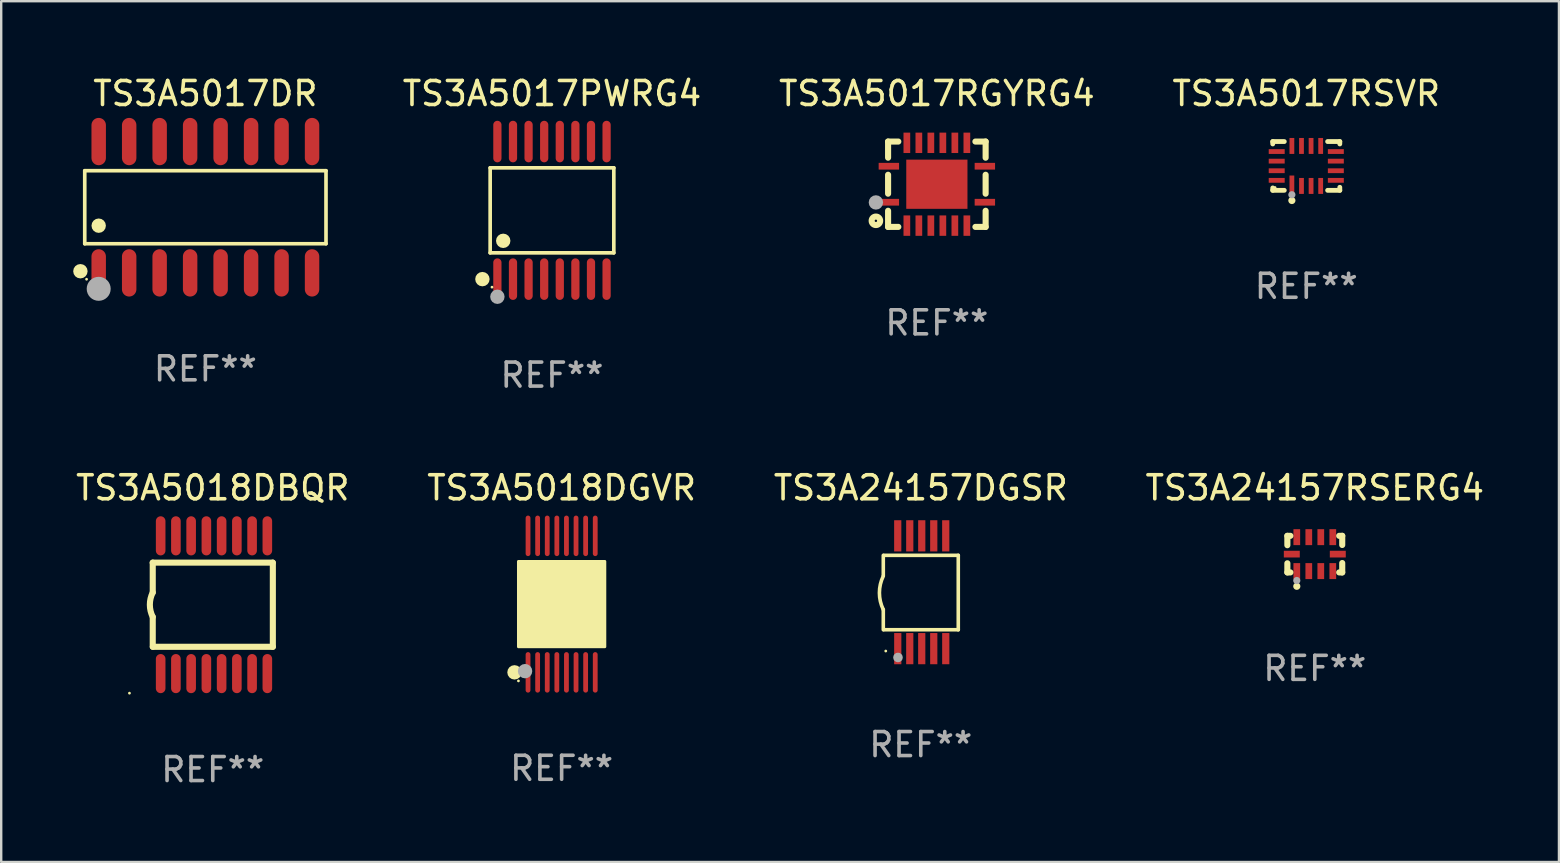
<source format=kicad_pcb>
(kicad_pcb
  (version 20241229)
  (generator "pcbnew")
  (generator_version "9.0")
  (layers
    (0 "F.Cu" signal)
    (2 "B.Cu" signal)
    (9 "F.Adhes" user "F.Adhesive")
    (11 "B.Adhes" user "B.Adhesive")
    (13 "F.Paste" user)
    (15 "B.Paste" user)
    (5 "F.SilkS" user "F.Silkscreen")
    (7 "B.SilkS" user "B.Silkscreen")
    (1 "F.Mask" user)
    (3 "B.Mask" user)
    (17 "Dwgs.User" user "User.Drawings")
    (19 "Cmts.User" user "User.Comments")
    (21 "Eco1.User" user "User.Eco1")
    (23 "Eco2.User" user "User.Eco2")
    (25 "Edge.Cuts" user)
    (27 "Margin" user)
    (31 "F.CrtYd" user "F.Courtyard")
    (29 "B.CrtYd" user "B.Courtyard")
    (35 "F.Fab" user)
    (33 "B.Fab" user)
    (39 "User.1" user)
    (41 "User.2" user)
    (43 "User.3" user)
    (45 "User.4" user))
  (footprint "TS3A5018DGVR"
    (layer "F.Cu")
    (at 20.351 22.12)
    (property "Reference" "TS3A5018DGVR" (at 0 -4.844 0) (layer "F.SilkS") (effects (font (size 1 1) (thickness 0.15))))
    (attr through_hole)
    (fp_circle (center -1.964 2.844) (end -1.814 2.844) (stroke (width 0.3) (type solid)) (fill no) (layer "F.SilkS"))
    (fp_circle (center -1.8 3.2) (end -1.77 3.2) (stroke (width 0.06) (type solid)) (fill no) (layer "F.SilkS"))
    (fp_circle (center -1.4 1.019) (end -1.25 1.019) (stroke (width 0.3) (type solid)) (fill no) (layer "F.SilkS"))
    (fp_poly (pts (xy -1.8 -1.778) (xy 1.8 -1.778) (xy 1.8 1.778) (xy -1.8 1.778)) (stroke (width 0.12) (type solid)) (fill yes) (layer "F.SilkS"))
    (fp_circle (center -1.524 2.794) (end -1.374 2.794) (stroke (width 0.3) (type solid)) (fill no) (layer "F.Fab"))
    (fp_text user "REF**" (at 0 6.844 0) (layer "F.Fab") (effects (font (size 1 1) (thickness 0.15))))
    (pad "1" smd oval (at -1.4 2.844) (size 0.2 1.687) (layers "F.Cu" "F.Mask" "F.Paste"))
    (pad "2" smd oval (at -1 2.844) (size 0.2 1.687) (layers "F.Cu" "F.Mask" "F.Paste"))
    (pad "3" smd oval (at -0.6 2.844) (size 0.2 1.687) (layers "F.Cu" "F.Mask" "F.Paste"))
    (pad "4" smd oval (at -0.2 2.844) (size 0.2 1.687) (layers "F.Cu" "F.Mask" "F.Paste"))
    (pad "5" smd oval (at 0.2 2.844) (size 0.2 1.687) (layers "F.Cu" "F.Mask" "F.Paste"))
    (pad "6" smd oval (at 0.6 2.844) (size 0.2 1.687) (layers "F.Cu" "F.Mask" "F.Paste"))
    (pad "7" smd oval (at 1 2.844) (size 0.2 1.687) (layers "F.Cu" "F.Mask" "F.Paste"))
    (pad "8" smd oval (at 1.4 2.844) (size 0.2 1.687) (layers "F.Cu" "F.Mask" "F.Paste"))
    (pad "9" smd oval (at 1.4 -2.844) (size 0.2 1.687) (layers "F.Cu" "F.Mask" "F.Paste"))
    (pad "10" smd oval (at 1 -2.844) (size 0.2 1.687) (layers "F.Cu" "F.Mask" "F.Paste"))
    (pad "11" smd oval (at 0.6 -2.844) (size 0.2 1.687) (layers "F.Cu" "F.Mask" "F.Paste"))
    (pad "12" smd oval (at 0.2 -2.844) (size 0.2 1.687) (layers "F.Cu" "F.Mask" "F.Paste"))
    (pad "13" smd oval (at -0.2 -2.844) (size 0.2 1.687) (layers "F.Cu" "F.Mask" "F.Paste"))
    (pad "14" smd oval (at -0.6 -2.844) (size 0.2 1.687) (layers "F.Cu" "F.Mask" "F.Paste"))
    (pad "15" smd oval (at -1 -2.844) (size 0.2 1.687) (layers "F.Cu" "F.Mask" "F.Paste"))
    (pad "16" smd oval (at -1.4 -2.844) (size 0.2 1.687) (layers "F.Cu" "F.Mask" "F.Paste")))
  (footprint "TS3A5018DBQR"
    (layer "F.Cu")
    (at 5.815 22.146)
    (property "Reference" "TS3A5018DBQR" (at 0 -4.87 0) (layer "F.SilkS") (effects (font (size 1 1) (thickness 0.15))))
    (attr through_hole)
    (fp_line (start -2.503 -1.753) (end 2.497 -1.753) (stroke (width 0.254) (type solid)) (layer "F.SilkS"))
    (fp_line (start -2.501 -0.508) (end -2.501 -1.753) (stroke (width 0.254) (type solid)) (layer "F.SilkS"))
    (fp_line (start -2.501 1.753) (end -2.501 0.508) (stroke (width 0.254) (type solid)) (layer "F.SilkS"))
    (fp_line (start -2.497 1.753) (end 2.503 1.753) (stroke (width 0.254) (type solid)) (layer "F.SilkS"))
    (fp_line (start 2.503 1.753) (end 2.503 -1.753) (stroke (width 0.254) (type solid)) (layer "F.SilkS"))
    (fp_arc (start -2.50127 0.508001) (mid -2.621193 0) (end -2.50127 -0.508001) (stroke (width 0.254001) (type solid)) (layer "F.SilkS"))
    (fp_circle (center -3.471 3.685) (end -3.441 3.685) (stroke (width 0.06) (type solid)) (fill no) (layer "F.SilkS"))
    (fp_text user "REF**" (at 0 6.87 0) (layer "F.Fab") (effects (font (size 1 1) (thickness 0.15))))
    (pad "1" smd oval (at -2.171 2.87 90) (size 1.63 0.4) (layers "F.Cu" "F.Mask" "F.Paste"))
    (pad "2" smd oval (at -1.536 2.87 90) (size 1.63 0.4) (layers "F.Cu" "F.Mask" "F.Paste"))
    (pad "3" smd oval (at -0.901 2.87 90) (size 1.63 0.4) (layers "F.Cu" "F.Mask" "F.Paste"))
    (pad "4" smd oval (at -0.266 2.87 90) (size 1.63 0.4) (layers "F.Cu" "F.Mask" "F.Paste"))
    (pad "5" smd oval (at 0.369 2.87 90) (size 1.63 0.4) (layers "F.Cu" "F.Mask" "F.Paste"))
    (pad "6" smd oval (at 1.004 2.87 90) (size 1.63 0.4) (layers "F.Cu" "F.Mask" "F.Paste"))
    (pad "7" smd oval (at 1.639 2.87 90) (size 1.63 0.4) (layers "F.Cu" "F.Mask" "F.Paste"))
    (pad "8" smd oval (at 2.274 2.87 90) (size 1.63 0.4) (layers "F.Cu" "F.Mask" "F.Paste"))
    (pad "9" smd oval (at 2.274 -2.87 270) (size 1.63 0.4) (layers "F.Cu" "F.Mask" "F.Paste"))
    (pad "10" smd oval (at 1.639 -2.87 270) (size 1.63 0.4) (layers "F.Cu" "F.Mask" "F.Paste"))
    (pad "11" smd oval (at 1.004 -2.87 270) (size 1.63 0.4) (layers "F.Cu" "F.Mask" "F.Paste"))
    (pad "12" smd oval (at 0.369 -2.87 270) (size 1.63 0.4) (layers "F.Cu" "F.Mask" "F.Paste"))
    (pad "13" smd oval (at -0.266 -2.87 270) (size 1.63 0.4) (layers "F.Cu" "F.Mask" "F.Paste"))
    (pad "14" smd oval (at -0.901 -2.87 270) (size 1.63 0.4) (layers "F.Cu" "F.Mask" "F.Paste"))
    (pad "15" smd oval (at -1.536 -2.87 270) (size 1.63 0.4) (layers "F.Cu" "F.Mask" "F.Paste"))
    (pad "16" smd oval (at -2.171 -2.87 270) (size 1.63 0.4) (layers "F.Cu" "F.Mask" "F.Paste")))
  (footprint "TS3A5017PWRG4"
    (layer "F.Cu")
    (at 19.949 5.714)
    (property "Reference" "TS3A5017PWRG4" (at 0 -4.866 0) (layer "F.SilkS") (effects (font (size 1 1) (thickness 0.15))))
    (attr through_hole)
    (fp_line (start -2.576 -1.772) (end 2.576 -1.772) (stroke (width 0.152) (type solid)) (layer "F.SilkS"))
    (fp_line (start -2.576 1.771) (end -2.576 -1.772) (stroke (width 0.152) (type solid)) (layer "F.SilkS"))
    (fp_line (start 2.576 -1.772) (end 2.576 1.771) (stroke (width 0.152) (type solid)) (layer "F.SilkS"))
    (fp_line (start 2.576 1.771) (end -2.576 1.771) (stroke (width 0.152) (type solid)) (layer "F.SilkS"))
    (fp_circle (center -2.899 2.866) (end -2.749 2.866) (stroke (width 0.3) (type solid)) (fill no) (layer "F.SilkS"))
    (fp_circle (center -2.5 3.2) (end -2.47 3.2) (stroke (width 0.06) (type solid)) (fill no) (layer "F.SilkS"))
    (fp_circle (center -2.032 1.27) (end -1.882 1.27) (stroke (width 0.3) (type solid)) (fill no) (layer "F.SilkS"))
    (fp_circle (center -2.275 3.6) (end -2.125 3.6) (stroke (width 0.3) (type solid)) (fill no) (layer "F.Fab"))
    (fp_text user "REF**" (at 0 6.866 0) (layer "F.Fab") (effects (font (size 1 1) (thickness 0.15))))
    (pad "1" smd oval (at -2.275 2.866) (size 0.343 1.731) (layers "F.Cu" "F.Mask" "F.Paste"))
    (pad "2" smd oval (at -1.625 2.866) (size 0.343 1.731) (layers "F.Cu" "F.Mask" "F.Paste"))
    (pad "3" smd oval (at -0.975 2.866) (size 0.343 1.731) (layers "F.Cu" "F.Mask" "F.Paste"))
    (pad "4" smd oval (at -0.325 2.866) (size 0.343 1.731) (layers "F.Cu" "F.Mask" "F.Paste"))
    (pad "5" smd oval (at 0.325 2.866) (size 0.343 1.731) (layers "F.Cu" "F.Mask" "F.Paste"))
    (pad "6" smd oval (at 0.975 2.866) (size 0.343 1.731) (layers "F.Cu" "F.Mask" "F.Paste"))
    (pad "7" smd oval (at 1.625 2.866) (size 0.343 1.731) (layers "F.Cu" "F.Mask" "F.Paste"))
    (pad "8" smd oval (at 2.275 2.866) (size 0.343 1.731) (layers "F.Cu" "F.Mask" "F.Paste"))
    (pad "9" smd oval (at 2.275 -2.866) (size 0.343 1.731) (layers "F.Cu" "F.Mask" "F.Paste"))
    (pad "10" smd oval (at 1.625 -2.866) (size 0.343 1.731) (layers "F.Cu" "F.Mask" "F.Paste"))
    (pad "11" smd oval (at 0.975 -2.866) (size 0.343 1.731) (layers "F.Cu" "F.Mask" "F.Paste"))
    (pad "12" smd oval (at 0.325 -2.866) (size 0.343 1.731) (layers "F.Cu" "F.Mask" "F.Paste"))
    (pad "13" smd oval (at -0.325 -2.866) (size 0.343 1.731) (layers "F.Cu" "F.Mask" "F.Paste"))
    (pad "14" smd oval (at -0.975 -2.866) (size 0.343 1.731) (layers "F.Cu" "F.Mask" "F.Paste"))
    (pad "15" smd oval (at -1.625 -2.866) (size 0.343 1.731) (layers "F.Cu" "F.Mask" "F.Paste"))
    (pad "16" smd oval (at -2.275 -2.866) (size 0.343 1.731) (layers "F.Cu" "F.Mask" "F.Paste")))
  (footprint "TS3A5017RSVR"
    (layer "F.Cu")
    (at 51.377 3.864)
    (property "Reference" "TS3A5017RSVR" (at 0 -3.016 0) (layer "F.SilkS") (effects (font (size 1 1) (thickness 0.15))))
    (attr through_hole)
    (fp_line (start -1.397 -1.016) (end -1.397 -0.916) (stroke (width 0.2) (type solid)) (layer "F.SilkS"))
    (fp_line (start -1.397 0.916) (end -1.397 1.016) (stroke (width 0.2) (type solid)) (layer "F.SilkS"))
    (fp_line (start -1.397 1.016) (end -0.916 1.016) (stroke (width 0.2) (type solid)) (layer "F.SilkS"))
    (fp_line (start -0.916 -1.016) (end -1.397 -1.016) (stroke (width 0.2) (type solid)) (layer "F.SilkS"))
    (fp_line (start 0.889 -1.016) (end 1.397 -1.016) (stroke (width 0.2) (type solid)) (layer "F.SilkS"))
    (fp_line (start 1.397 -1.016) (end 1.397 -0.916) (stroke (width 0.2) (type solid)) (layer "F.SilkS"))
    (fp_line (start 1.397 0.889) (end 1.397 1.016) (stroke (width 0.2) (type solid)) (layer "F.SilkS"))
    (fp_line (start 1.397 1.016) (end 0.889 1.016) (stroke (width 0.2) (type solid)) (layer "F.SilkS"))
    (fp_circle (center -1.3 0.9) (end -1.27 0.9) (stroke (width 0.06) (type solid)) (fill no) (layer "F.SilkS"))
    (fp_circle (center -0.6 1.44) (end -0.525 1.44) (stroke (width 0.15) (type solid)) (fill no) (layer "F.SilkS"))
    (fp_circle (center -0.6 1.2) (end -0.525 1.2) (stroke (width 0.15) (type solid)) (fill no) (layer "F.Fab"))
    (fp_text user "REF**" (at 0 5.016 0) (layer "F.Fab") (effects (font (size 1 1) (thickness 0.15))))
    (pad "1" smd rect (at -0.6 0.782) (size 0.2 0.765) (layers "F.Cu" "F.Mask" "F.Paste"))
    (pad "2" smd rect (at -0.2 0.833) (size 0.2 0.665) (layers "F.Cu" "F.Mask" "F.Paste"))
    (pad "3" smd rect (at 0.2 0.833) (size 0.2 0.665) (layers "F.Cu" "F.Mask" "F.Paste"))
    (pad "4" smd rect (at 0.6 0.833) (size 0.2 0.665) (layers "F.Cu" "F.Mask" "F.Paste"))
    (pad "5" smd rect (at 1.232 0.6) (size 0.665 0.2) (layers "F.Cu" "F.Mask" "F.Paste"))
    (pad "6" smd rect (at 1.232 0.2) (size 0.665 0.2) (layers "F.Cu" "F.Mask" "F.Paste"))
    (pad "7" smd rect (at 1.232 -0.2) (size 0.665 0.2) (layers "F.Cu" "F.Mask" "F.Paste"))
    (pad "8" smd rect (at 1.232 -0.6) (size 0.665 0.2) (layers "F.Cu" "F.Mask" "F.Paste"))
    (pad "9" smd rect (at 0.6 -0.833) (size 0.2 0.665) (layers "F.Cu" "F.Mask" "F.Paste"))
    (pad "10" smd rect (at 0.2 -0.833) (size 0.2 0.665) (layers "F.Cu" "F.Mask" "F.Paste"))
    (pad "11" smd rect (at -0.2 -0.833) (size 0.2 0.665) (layers "F.Cu" "F.Mask" "F.Paste"))
    (pad "12" smd rect (at -0.6 -0.833) (size 0.2 0.665) (layers "F.Cu" "F.Mask" "F.Paste"))
    (pad "13" smd rect (at -1.232 -0.6) (size 0.665 0.2) (layers "F.Cu" "F.Mask" "F.Paste"))
    (pad "14" smd rect (at -1.232 -0.2) (size 0.665 0.2) (layers "F.Cu" "F.Mask" "F.Paste"))
    (pad "15" smd rect (at -1.232 0.2) (size 0.665 0.2) (layers "F.Cu" "F.Mask" "F.Paste"))
    (pad "16" smd rect (at -1.232 0.6) (size 0.665 0.2) (layers "F.Cu" "F.Mask" "F.Paste")))
  (footprint "TS3A24157DGSR"
    (layer "F.Cu")
    (at 35.315 21.626)
    (property "Reference" "TS3A24157DGSR" (at 0 -4.35 0) (layer "F.SilkS") (effects (font (size 1 1) (thickness 0.15))))
    (attr through_hole)
    (fp_line (start -1.562 -1.537) (end -1.562 -0.698) (stroke (width 0.15) (type solid)) (layer "F.SilkS"))
    (fp_line (start -1.562 0.724) (end -1.562 1.562) (stroke (width 0.15) (type solid)) (layer "F.SilkS"))
    (fp_line (start -1.538 -1.537) (end 1.562 -1.537) (stroke (width 0.15) (type solid)) (layer "F.SilkS"))
    (fp_line (start -1.538 1.562) (end 1.562 1.562) (stroke (width 0.15) (type solid)) (layer "F.SilkS"))
    (fp_line (start 1.562 1.564) (end 1.562 -1.537) (stroke (width 0.15) (type solid)) (layer "F.SilkS"))
    (fp_arc (start -1.562103 0.724079) (mid -1.723579 0.025578) (end -1.562103 -0.672924) (stroke (width 0.150013) (type solid)) (layer "F.SilkS"))
    (fp_circle (center -1.459 2.45) (end -1.429 2.45) (stroke (width 0.06) (type solid)) (fill no) (layer "F.SilkS"))
    (fp_circle (center -0.95 2.718) (end -0.85 2.718) (stroke (width 0.2) (type solid)) (fill no) (layer "F.Fab"))
    (fp_text user "REF**" (at 0 6.35 0) (layer "F.Fab") (effects (font (size 1 1) (thickness 0.15))))
    (pad "1" smd rect (at -0.959 2.35) (size 0.3 1.3) (layers "F.Cu" "F.Mask" "F.Paste"))
    (pad "2" smd rect (at -0.459 2.35) (size 0.3 1.3) (layers "F.Cu" "F.Mask" "F.Paste"))
    (pad "3" smd rect (at 0.04 2.35) (size 0.3 1.3) (layers "F.Cu" "F.Mask" "F.Paste"))
    (pad "4" smd rect (at 0.541 2.35) (size 0.3 1.3) (layers "F.Cu" "F.Mask" "F.Paste"))
    (pad "5" smd rect (at 1.041 2.35) (size 0.3 1.3) (layers "F.Cu" "F.Mask" "F.Paste"))
    (pad "6" smd rect (at 1.04 -2.35) (size 0.3 1.3) (layers "F.Cu" "F.Mask" "F.Paste"))
    (pad "7" smd rect (at 0.541 -2.35) (size 0.3 1.3) (layers "F.Cu" "F.Mask" "F.Paste"))
    (pad "8" smd rect (at 0.041 -2.35) (size 0.3 1.3) (layers "F.Cu" "F.Mask" "F.Paste"))
    (pad "9" smd rect (at -0.459 -2.35) (size 0.3 1.3) (layers "F.Cu" "F.Mask" "F.Paste"))
    (pad "10" smd rect (at -0.96 -2.35) (size 0.3 1.3) (layers "F.Cu" "F.Mask" "F.Paste")))
  (footprint "TS3A5017DR"
    (layer "F.Cu")
    (at 5.507 5.584)
    (property "Reference" "TS3A5017DR" (at 0 -4.736 0) (layer "F.SilkS") (effects (font (size 1 1) (thickness 0.15))))
    (attr through_hole)
    (fp_line (start -5.026 -1.521) (end 5.026 -1.521) (stroke (width 0.152) (type solid)) (layer "F.SilkS"))
    (fp_line (start -5.026 1.521) (end -5.026 -1.521) (stroke (width 0.152) (type solid)) (layer "F.SilkS"))
    (fp_line (start 5.026 -1.521) (end 5.026 1.521) (stroke (width 0.152) (type solid)) (layer "F.SilkS"))
    (fp_line (start 5.026 1.521) (end -5.026 1.521) (stroke (width 0.152) (type solid)) (layer "F.SilkS"))
    (fp_circle (center -5.207 2.667) (end -5.057 2.667) (stroke (width 0.3) (type solid)) (fill no) (layer "F.SilkS"))
    (fp_circle (center -4.95 3) (end -4.92 3) (stroke (width 0.06) (type solid)) (fill no) (layer "F.SilkS"))
    (fp_circle (center -4.445 0.769) (end -4.295 0.769) (stroke (width 0.3) (type solid)) (fill no) (layer "F.SilkS"))
    (fp_circle (center -4.445 3.4) (end -4.195 3.4) (stroke (width 0.5) (type solid)) (fill no) (layer "F.Fab"))
    (fp_text user "REF**" (at 0 6.736 0) (layer "F.Fab") (effects (font (size 1 1) (thickness 0.15))))
    (pad "1" smd oval (at -4.445 2.736) (size 0.602 1.971) (layers "F.Cu" "F.Mask" "F.Paste"))
    (pad "2" smd oval (at -3.175 2.736) (size 0.602 1.971) (layers "F.Cu" "F.Mask" "F.Paste"))
    (pad "3" smd oval (at -1.905 2.736) (size 0.602 1.971) (layers "F.Cu" "F.Mask" "F.Paste"))
    (pad "4" smd oval (at -0.635 2.736) (size 0.602 1.971) (layers "F.Cu" "F.Mask" "F.Paste"))
    (pad "5" smd oval (at 0.635 2.736) (size 0.602 1.971) (layers "F.Cu" "F.Mask" "F.Paste"))
    (pad "6" smd oval (at 1.905 2.736) (size 0.602 1.971) (layers "F.Cu" "F.Mask" "F.Paste"))
    (pad "7" smd oval (at 3.175 2.736) (size 0.602 1.971) (layers "F.Cu" "F.Mask" "F.Paste"))
    (pad "8" smd oval (at 4.445 2.736) (size 0.602 1.971) (layers "F.Cu" "F.Mask" "F.Paste"))
    (pad "9" smd oval (at 4.445 -2.736) (size 0.602 1.971) (layers "F.Cu" "F.Mask" "F.Paste"))
    (pad "10" smd oval (at 3.175 -2.736) (size 0.602 1.971) (layers "F.Cu" "F.Mask" "F.Paste"))
    (pad "11" smd oval (at 1.905 -2.736) (size 0.602 1.971) (layers "F.Cu" "F.Mask" "F.Paste"))
    (pad "12" smd oval (at 0.635 -2.736) (size 0.602 1.971) (layers "F.Cu" "F.Mask" "F.Paste"))
    (pad "13" smd oval (at -0.635 -2.736) (size 0.602 1.971) (layers "F.Cu" "F.Mask" "F.Paste"))
    (pad "14" smd oval (at -1.905 -2.736) (size 0.602 1.971) (layers "F.Cu" "F.Mask" "F.Paste"))
    (pad "15" smd oval (at -3.175 -2.736) (size 0.602 1.971) (layers "F.Cu" "F.Mask" "F.Paste"))
    (pad "16" smd oval (at -4.445 -2.736) (size 0.602 1.971) (layers "F.Cu" "F.Mask" "F.Paste")))
  (footprint "TS3A5017RGYRG4"
    (layer "F.Cu")
    (at 35.985 4.626)
    (property "Reference" "TS3A5017RGYRG4" (at 0 -3.778 0) (layer "F.SilkS") (effects (font (size 1 1) (thickness 0.15))))
    (attr through_hole)
    (fp_line (start -2.032 -1.778) (end -2.032 -1.106) (stroke (width 0.254) (type solid)) (layer "F.SilkS"))
    (fp_line (start -2.032 -0.394) (end -2.032 0.394) (stroke (width 0.254) (type solid)) (layer "F.SilkS"))
    (fp_line (start -2.032 1.106) (end -2.032 1.778) (stroke (width 0.254) (type solid)) (layer "F.SilkS"))
    (fp_line (start -2.032 1.778) (end -1.606 1.778) (stroke (width 0.254) (type solid)) (layer "F.SilkS"))
    (fp_line (start -1.606 -1.778) (end -2.032 -1.778) (stroke (width 0.254) (type solid)) (layer "F.SilkS"))
    (fp_line (start 1.606 1.778) (end 2.032 1.778) (stroke (width 0.254) (type solid)) (layer "F.SilkS"))
    (fp_line (start 2.032 -1.778) (end 1.606 -1.778) (stroke (width 0.254) (type solid)) (layer "F.SilkS"))
    (fp_line (start 2.032 -1.106) (end 2.032 -1.778) (stroke (width 0.254) (type solid)) (layer "F.SilkS"))
    (fp_line (start 2.032 0.394) (end 2.032 -0.394) (stroke (width 0.254) (type solid)) (layer "F.SilkS"))
    (fp_line (start 2.032 1.778) (end 2.032 1.106) (stroke (width 0.254) (type solid)) (layer "F.SilkS"))
    (fp_circle (center -2.54 1.524) (end -2.363 1.524) (stroke (width 0.254) (type solid)) (fill no) (layer "F.SilkS"))
    (fp_circle (center -2.002 1.753) (end -1.972 1.753) (stroke (width 0.06) (type solid)) (fill no) (layer "F.SilkS"))
    (fp_circle (center -2.54 0.759) (end -2.39 0.759) (stroke (width 0.3) (type solid)) (fill no) (layer "F.Fab"))
    (fp_text user "REF**" (at 0 5.778 0) (layer "F.Fab") (effects (font (size 1 1) (thickness 0.15))))
    (pad "1" smd rect (at -2 0.75 90) (size 0.28 0.85) (layers "F.Cu" "F.Mask" "F.Paste"))
    (pad "2" smd rect (at -1.25 1.725 180) (size 0.28 0.85) (layers "F.Cu" "F.Mask" "F.Paste"))
    (pad "3" smd rect (at -0.75 1.725 180) (size 0.28 0.85) (layers "F.Cu" "F.Mask" "F.Paste"))
    (pad "4" smd rect (at -0.25 1.725 180) (size 0.28 0.85) (layers "F.Cu" "F.Mask" "F.Paste"))
    (pad "5" smd rect (at 0.25 1.725 180) (size 0.28 0.85) (layers "F.Cu" "F.Mask" "F.Paste"))
    (pad "6" smd rect (at 0.75 1.725 180) (size 0.28 0.85) (layers "F.Cu" "F.Mask" "F.Paste"))
    (pad "7" smd rect (at 1.25 1.725 180) (size 0.28 0.85) (layers "F.Cu" "F.Mask" "F.Paste"))
    (pad "8" smd rect (at 2 0.75 270) (size 0.28 0.85) (layers "F.Cu" "F.Mask" "F.Paste"))
    (pad "9" smd rect (at 2 -0.75 270) (size 0.28 0.85) (layers "F.Cu" "F.Mask" "F.Paste"))
    (pad "10" smd rect (at 1.25 -1.725) (size 0.28 0.85) (layers "F.Cu" "F.Mask" "F.Paste"))
    (pad "11" smd rect (at 0.75 -1.725) (size 0.28 0.85) (layers "F.Cu" "F.Mask" "F.Paste"))
    (pad "12" smd rect (at 0.25 -1.725) (size 0.28 0.85) (layers "F.Cu" "F.Mask" "F.Paste"))
    (pad "13" smd rect (at -0.25 -1.725) (size 0.28 0.85) (layers "F.Cu" "F.Mask" "F.Paste"))
    (pad "14" smd rect (at -0.75 -1.725) (size 0.28 0.85) (layers "F.Cu" "F.Mask" "F.Paste"))
    (pad "15" smd rect (at -1.25 -1.725) (size 0.28 0.85) (layers "F.Cu" "F.Mask" "F.Paste"))
    (pad "16" smd rect (at -2 -0.75 90) (size 0.28 0.85) (layers "F.Cu" "F.Mask" "F.Paste"))
    (pad "17" smd rect (at 0.000051 0) (size 2.55 2.05) (layers "F.Cu" "F.Mask" "F.Paste")))
  (footprint "TS3A24157RSERG4"
    (layer "F.Cu")
    (at 51.732 20.038)
    (property "Reference" "TS3A24157RSERG4" (at 0 -2.762 0) (layer "F.SilkS") (effects (font (size 1 1) (thickness 0.15))))
    (attr through_hole)
    (fp_line (start -1.143 -0.762) (end -1.143 -0.371) (stroke (width 0.254) (type solid)) (layer "F.SilkS"))
    (fp_line (start -1.143 -0.762) (end -1.016 -0.762) (stroke (width 0.254) (type solid)) (layer "F.SilkS"))
    (fp_line (start -1.143 0.762) (end -1.143 0.381) (stroke (width 0.254) (type solid)) (layer "F.SilkS"))
    (fp_line (start -1.143 0.762) (end -1.016 0.762) (stroke (width 0.254) (type solid)) (layer "F.SilkS"))
    (fp_line (start 1.143 -0.762) (end 1.016 -0.762) (stroke (width 0.254) (type solid)) (layer "F.SilkS"))
    (fp_line (start 1.143 -0.762) (end 1.143 -0.381) (stroke (width 0.254) (type solid)) (layer "F.SilkS"))
    (fp_line (start 1.143 0.762) (end 1.016 0.762) (stroke (width 0.254) (type solid)) (layer "F.SilkS"))
    (fp_line (start 1.143 0.762) (end 1.143 0.371) (stroke (width 0.254) (type solid)) (layer "F.SilkS"))
    (fp_circle (center -1.05 0.8) (end -1.02 0.8) (stroke (width 0.06) (type solid)) (fill no) (layer "F.SilkS"))
    (fp_circle (center -0.75 1.34) (end -0.675 1.34) (stroke (width 0.15) (type solid)) (fill no) (layer "F.SilkS"))
    (fp_circle (center -0.75 1.1) (end -0.675 1.1) (stroke (width 0.15) (type solid)) (fill no) (layer "F.Fab"))
    (fp_text user "REF**" (at 0 4.762 0) (layer "F.Fab") (effects (font (size 1 1) (thickness 0.15))))
    (pad "1" smd rect (at -0.75 0.707) (size 0.28 0.665) (layers "F.Cu" "F.Mask" "F.Paste"))
    (pad "2" smd rect (at -0.25 0.707) (size 0.28 0.665) (layers "F.Cu" "F.Mask" "F.Paste"))
    (pad "3" smd rect (at 0.25 0.707) (size 0.28 0.665) (layers "F.Cu" "F.Mask" "F.Paste"))
    (pad "4" smd rect (at 0.75 0.707) (size 0.28 0.665) (layers "F.Cu" "F.Mask" "F.Paste"))
    (pad "5" smd rect (at 0.958 -0.000013) (size 0.665 0.28) (layers "F.Cu" "F.Mask" "F.Paste"))
    (pad "6" smd rect (at 0.75 -0.707) (size 0.28 0.665) (layers "F.Cu" "F.Mask" "F.Paste"))
    (pad "7" smd rect (at 0.25 -0.707) (size 0.28 0.665) (layers "F.Cu" "F.Mask" "F.Paste"))
    (pad "8" smd rect (at -0.25 -0.707) (size 0.28 0.665) (layers "F.Cu" "F.Mask" "F.Paste"))
    (pad "9" smd rect (at -0.75 -0.707) (size 0.28 0.665) (layers "F.Cu" "F.Mask" "F.Paste"))
    (pad "10" smd rect (at -0.958 -0.000013) (size 0.665 0.28) (layers "F.Cu" "F.Mask" "F.Paste")))
  (gr_rect
    (start -3 -3)
    (end 61.905 32.865)
    (stroke (width 0.1) (type default))
    (fill no)
    (layer "Edge.Cuts")))
</source>
